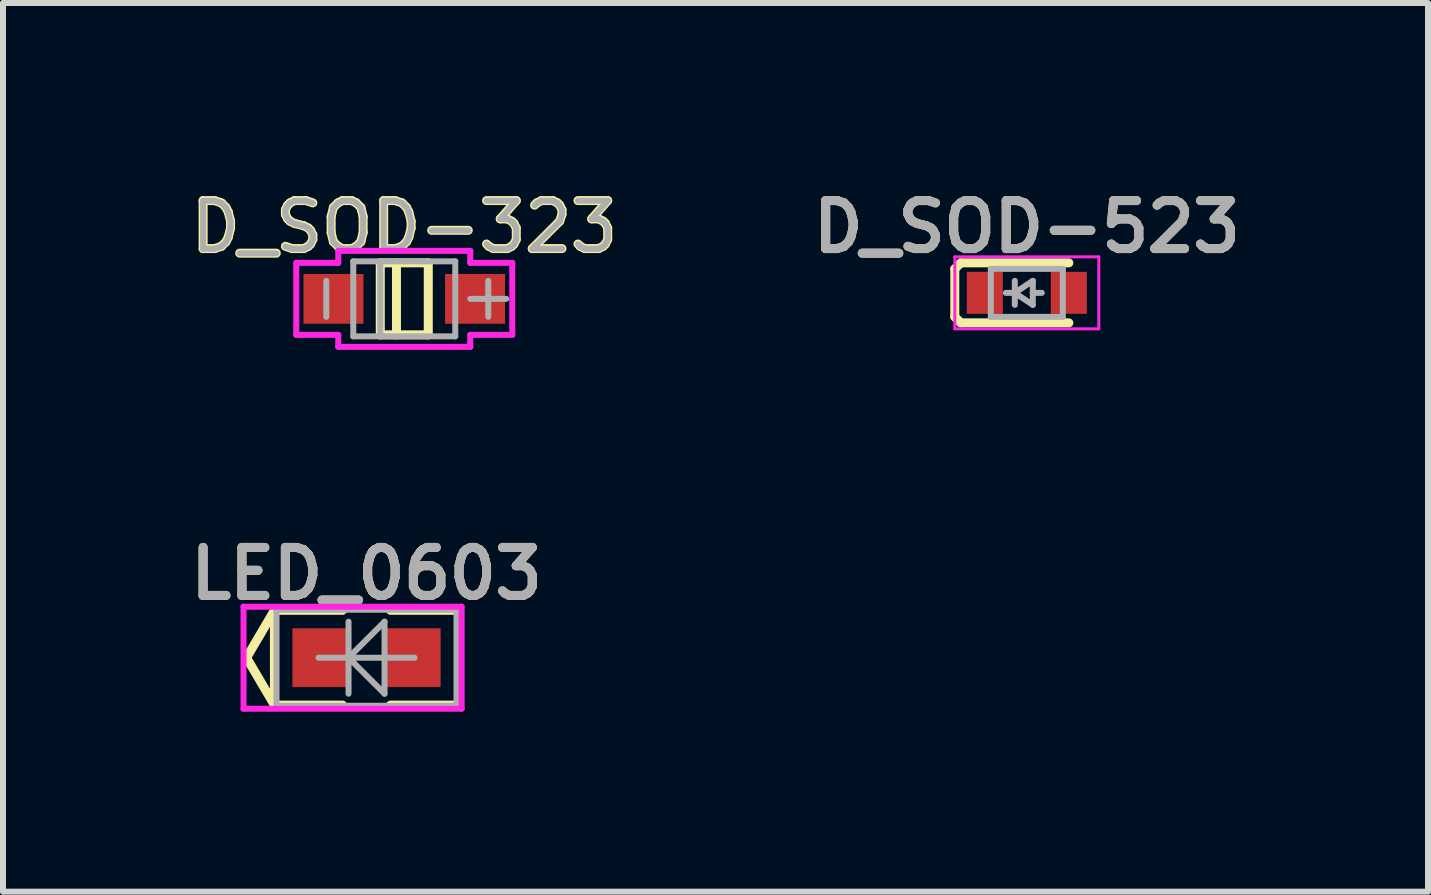
<source format=kicad_pcb>
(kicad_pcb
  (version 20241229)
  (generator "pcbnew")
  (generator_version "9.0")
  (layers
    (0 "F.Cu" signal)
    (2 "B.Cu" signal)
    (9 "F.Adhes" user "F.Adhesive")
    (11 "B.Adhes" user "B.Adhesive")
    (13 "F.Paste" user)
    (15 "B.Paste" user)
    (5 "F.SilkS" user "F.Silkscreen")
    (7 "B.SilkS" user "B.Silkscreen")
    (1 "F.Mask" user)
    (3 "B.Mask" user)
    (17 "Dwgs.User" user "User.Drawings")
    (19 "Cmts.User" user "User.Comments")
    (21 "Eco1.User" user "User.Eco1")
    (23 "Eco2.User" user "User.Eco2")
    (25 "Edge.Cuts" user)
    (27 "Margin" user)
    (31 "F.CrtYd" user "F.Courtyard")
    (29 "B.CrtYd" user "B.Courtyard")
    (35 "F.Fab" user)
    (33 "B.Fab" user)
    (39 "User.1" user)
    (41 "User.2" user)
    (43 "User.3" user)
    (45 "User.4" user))
  (footprint "D_SOD-523"
    (layer "F.Cu")
    (at 14.064 1.831)
    (property "Reference" "D_SOD-523" (at 0 -1.1 0) (layer "F.SilkS") (effects (font (size 0.8 0.8) (thickness 0.15))))
    (attr smd)
    (fp_line (start -1.2 -0.4) (end -1.2 0.4) (stroke (width 0.15) (type solid)) (layer "F.SilkS"))
    (fp_line (start -1.2 -0.4) (end -1.1 -0.5) (stroke (width 0.15) (type solid)) (layer "F.SilkS"))
    (fp_line (start -1.2 0.4) (end -1.1 0.5) (stroke (width 0.15) (type solid)) (layer "F.SilkS"))
    (fp_line (start -1.1 0.5) (end 0.7 0.5) (stroke (width 0.15) (type solid)) (layer "F.SilkS"))
    (fp_line (start 0.7 -0.5) (end -1.1 -0.5) (stroke (width 0.15) (type solid)) (layer "F.SilkS"))
    (fp_line (start -1.2 -0.6) (end -1.2 0.6) (stroke (width 0.05) (type solid)) (layer "F.CrtYd"))
    (fp_line (start -1.2 0.6) (end 1.2 0.6) (stroke (width 0.05) (type solid)) (layer "F.CrtYd"))
    (fp_line (start 1.2 -0.6) (end -1.2 -0.6) (stroke (width 0.05) (type solid)) (layer "F.CrtYd"))
    (fp_line (start 1.2 0.6) (end 1.2 -0.6) (stroke (width 0.05) (type solid)) (layer "F.CrtYd"))
    (fp_line (start -0.6 -0.4) (end 0.6 -0.4) (stroke (width 0.1) (type solid)) (layer "F.Fab"))
    (fp_line (start -0.6 0.4) (end -0.6 -0.4) (stroke (width 0.1) (type solid)) (layer "F.Fab"))
    (fp_line (start -0.2 0) (end -0.35 0) (stroke (width 0.1) (type solid)) (layer "F.Fab"))
    (fp_line (start -0.2 0) (end 0.1 0.2) (stroke (width 0.1) (type solid)) (layer "F.Fab"))
    (fp_line (start -0.2 0.2) (end -0.2 -0.2) (stroke (width 0.1) (type solid)) (layer "F.Fab"))
    (fp_line (start 0.1 -0.2) (end -0.2 0) (stroke (width 0.1) (type solid)) (layer "F.Fab"))
    (fp_line (start 0.1 0) (end 0.25 0) (stroke (width 0.1) (type solid)) (layer "F.Fab"))
    (fp_line (start 0.1 0.2) (end 0.1 -0.2) (stroke (width 0.1) (type solid)) (layer "F.Fab"))
    (fp_line (start 0.6 -0.4) (end 0.6 0.4) (stroke (width 0.1) (type solid)) (layer "F.Fab"))
    (fp_line (start 0.6 0.4) (end -0.6 0.4) (stroke (width 0.1) (type solid)) (layer "F.Fab"))
    (fp_text user "${REFERENCE}" (at 0 -1.1 0) (layer "F.Fab") (effects (font (size 0.8 0.8) (thickness 0.15))))
    (pad "A" smd rect (at 0.7 0 180) (size 0.6 0.7) (layers "F.Cu" "F.Mask" "F.Paste"))
    (pad "K" smd rect (at -0.7 0 180) (size 0.6 0.7) (layers "F.Cu" "F.Mask" "F.Paste")))
  (footprint "LED_0603"
    (layer "F.Cu")
    (at 3.059 7.912)
    (property "Reference" "LED_0603" (at 0 -1.4 0) (layer "F.SilkS") (effects (font (size 0.8 0.8) (thickness 0.15))))
    (attr smd)
    (fp_line (start -2 0) (end -1.535 -0.79) (stroke (width 0.15) (type solid)) (layer "F.SilkS"))
    (fp_line (start -2 0) (end -1.535 0.79) (stroke (width 0.15) (type solid)) (layer "F.SilkS"))
    (fp_line (start -1.535 -0.79) (end -0.4 -0.79) (stroke (width 0.15) (type solid)) (layer "F.SilkS"))
    (fp_line (start -1.535 0.79) (end -1.535 -0.79) (stroke (width 0.15) (type solid)) (layer "F.SilkS"))
    (fp_line (start -1.535 0.79) (end -0.4 0.79) (stroke (width 0.15) (type solid)) (layer "F.SilkS"))
    (fp_line (start 0.4 -0.79) (end 1.535 -0.79) (stroke (width 0.15) (type solid)) (layer "F.SilkS"))
    (fp_line (start 0.4 0.79) (end 1.535 0.79) (stroke (width 0.15) (type solid)) (layer "F.SilkS"))
    (fp_line (start 1.535 0.79) (end 1.535 -0.79) (stroke (width 0.15) (type solid)) (layer "F.SilkS"))
    (fp_line (start -2.05 -0.85) (end 1.585 -0.85) (stroke (width 0.1) (type solid)) (layer "F.CrtYd"))
    (fp_line (start -2.05 0.85) (end -2.05 -0.85) (stroke (width 0.1) (type solid)) (layer "F.CrtYd"))
    (fp_line (start 1.585 -0.85) (end 1.585 0.85) (stroke (width 0.1) (type solid)) (layer "F.CrtYd"))
    (fp_line (start 1.585 0.85) (end -2.05 0.85) (stroke (width 0.1) (type solid)) (layer "F.CrtYd"))
    (fp_line (start -1.5 -0.8) (end 1.5 -0.8) (stroke (width 0.1) (type solid)) (layer "F.Fab"))
    (fp_line (start -1.5 0.8) (end -1.5 -0.8) (stroke (width 0.1) (type solid)) (layer "F.Fab"))
    (fp_line (start -1.5 0.8) (end -1.5 0.8) (stroke (width 0.1) (type solid)) (layer "F.Fab"))
    (fp_line (start -1.5 0.8) (end 1.5 0.8) (stroke (width 0.1) (type solid)) (layer "F.Fab"))
    (fp_line (start -0.8 0) (end 0.8 0) (stroke (width 0.1) (type solid)) (layer "F.Fab"))
    (fp_line (start -0.3 0) (end -0.3 0) (stroke (width 0.1) (type solid)) (layer "F.Fab"))
    (fp_line (start -0.3 0) (end 0.3 -0.6) (stroke (width 0.1) (type solid)) (layer "F.Fab"))
    (fp_line (start -0.3 0) (end 0.3 0.6) (stroke (width 0.1) (type solid)) (layer "F.Fab"))
    (fp_line (start -0.3 0.6) (end -0.3 -0.6) (stroke (width 0.1) (type solid)) (layer "F.Fab"))
    (fp_line (start 0.3 0.6) (end 0.3 -0.6) (stroke (width 0.1) (type solid)) (layer "F.Fab"))
    (fp_line (start 1.5 0.8) (end 1.5 -0.8) (stroke (width 0.1) (type solid)) (layer "F.Fab"))
    (fp_text user "${REFERENCE}" (at 0 -1.4 0) (layer "F.Fab") (effects (font (size 0.8 0.8) (thickness 0.15))))
    (pad "A" smd rect (at 0.77 0 180) (size 0.93 0.98) (layers "F.Cu" "F.Mask" "F.Paste"))
    (pad "K" smd rect (at -0.77 0 180) (size 0.93 0.98) (layers "F.Cu" "F.Mask" "F.Paste")))
  (footprint "D_SOD-323"
    (layer "F.Cu")
    (at 3.688 1.931)
    (property "Reference" "D_SOD-323" (at 0 -1.2 0) (layer "F.SilkS") (effects (font (size 0.8 0.8) (thickness 0.15))))
    (attr smd)
    (fp_line (start -0.4 -0.6) (end 0.4 -0.6) (stroke (width 0.15) (type solid)) (layer "F.SilkS"))
    (fp_line (start -0.4 0.6) (end -0.4 -0.6) (stroke (width 0.15) (type solid)) (layer "F.SilkS"))
    (fp_line (start -0.4 0.6) (end 0.4 0.6) (stroke (width 0.15) (type solid)) (layer "F.SilkS"))
    (fp_line (start -0.13 0.6) (end -0.13 -0.6) (stroke (width 0.15) (type solid)) (layer "F.SilkS"))
    (fp_line (start 0.4 0.6) (end 0.4 -0.6) (stroke (width 0.15) (type solid)) (layer "F.SilkS"))
    (fp_line (start -1.8 -0.6) (end -1.8 0.6) (stroke (width 0.1) (type solid)) (layer "F.CrtYd"))
    (fp_line (start -1.8 0.6) (end -1.1 0.6) (stroke (width 0.1) (type solid)) (layer "F.CrtYd"))
    (fp_line (start -1.1 -0.8) (end -1.1 -0.6) (stroke (width 0.1) (type solid)) (layer "F.CrtYd"))
    (fp_line (start -1.1 -0.6) (end -1.8 -0.6) (stroke (width 0.1) (type solid)) (layer "F.CrtYd"))
    (fp_line (start -1.1 0.6) (end -1.1 0.8) (stroke (width 0.1) (type solid)) (layer "F.CrtYd"))
    (fp_line (start -1.1 0.8) (end 1.1 0.8) (stroke (width 0.1) (type solid)) (layer "F.CrtYd"))
    (fp_line (start 1.1 -0.8) (end -1.1 -0.8) (stroke (width 0.1) (type solid)) (layer "F.CrtYd"))
    (fp_line (start 1.1 -0.6) (end 1.1 -0.8) (stroke (width 0.1) (type solid)) (layer "F.CrtYd"))
    (fp_line (start 1.1 0.6) (end 1.8 0.6) (stroke (width 0.1) (type solid)) (layer "F.CrtYd"))
    (fp_line (start 1.1 0.8) (end 1.1 0.6) (stroke (width 0.1) (type solid)) (layer "F.CrtYd"))
    (fp_line (start 1.8 -0.6) (end 1.1 -0.6) (stroke (width 0.1) (type solid)) (layer "F.CrtYd"))
    (fp_line (start 1.8 0.6) (end 1.8 -0.6) (stroke (width 0.1) (type solid)) (layer "F.CrtYd"))
    (fp_line (start -1.3 0.3) (end -1.3 -0.3) (stroke (width 0.1) (type solid)) (layer "F.Fab"))
    (fp_line (start -0.85 -0.625) (end 0.85 -0.625) (stroke (width 0.1) (type solid)) (layer "F.Fab"))
    (fp_line (start -0.85 0.625) (end -0.85 -0.625) (stroke (width 0.1) (type solid)) (layer "F.Fab"))
    (fp_line (start -0.85 0.625) (end 0.85 0.625) (stroke (width 0.1) (type solid)) (layer "F.Fab"))
    (fp_line (start -0.4 0.625) (end -0.4 -0.625) (stroke (width 0.1) (type solid)) (layer "F.Fab"))
    (fp_line (start 0.85 0.625) (end 0.85 -0.625) (stroke (width 0.1) (type solid)) (layer "F.Fab"))
    (fp_line (start 1.1 0) (end 1.7 0) (stroke (width 0.1) (type solid)) (layer "F.Fab"))
    (fp_line (start 1.4 0.3) (end 1.4 -0.3) (stroke (width 0.1) (type solid)) (layer "F.Fab"))
    (fp_text user "${REFERENCE}" (at 0 -1.2 0) (layer "F.Fab") (effects (font (size 0.8 0.8) (thickness 0.1))))
    (pad "A" smd rect (at 1.18 0) (size 1 0.83) (layers "F.Cu" "F.Mask" "F.Paste"))
    (pad "K" smd rect (at -1.18 0) (size 1 0.83) (layers "F.Cu" "F.Mask" "F.Paste")))
  (gr_rect
    (start -3 -3)
    (end 20.751 11.812)
    (stroke (width 0.1) (type default))
    (fill no)
    (layer "Edge.Cuts")))
</source>
